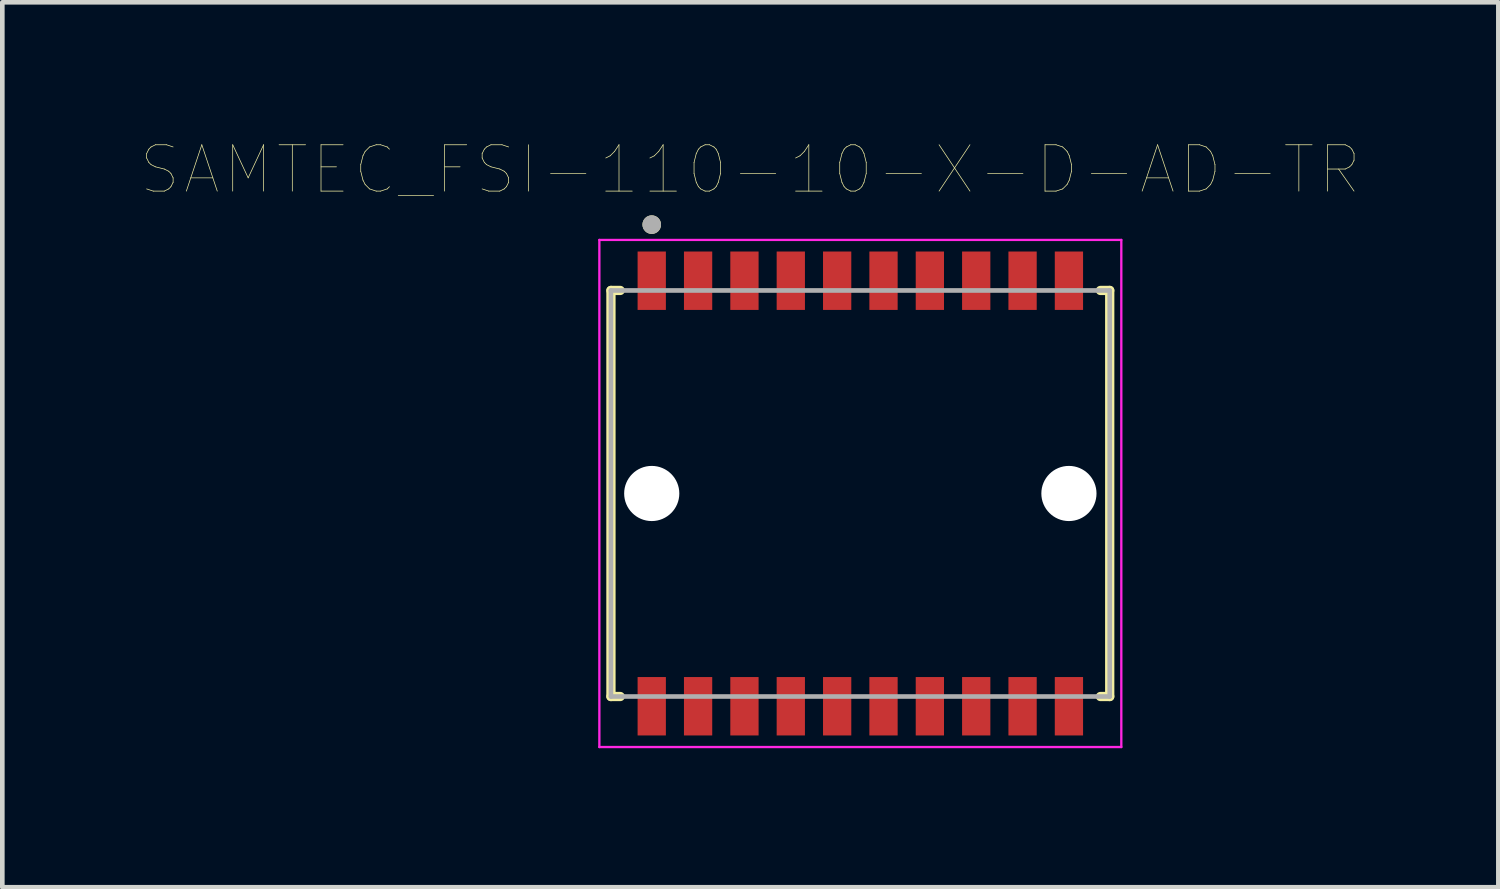
<source format=kicad_pcb>
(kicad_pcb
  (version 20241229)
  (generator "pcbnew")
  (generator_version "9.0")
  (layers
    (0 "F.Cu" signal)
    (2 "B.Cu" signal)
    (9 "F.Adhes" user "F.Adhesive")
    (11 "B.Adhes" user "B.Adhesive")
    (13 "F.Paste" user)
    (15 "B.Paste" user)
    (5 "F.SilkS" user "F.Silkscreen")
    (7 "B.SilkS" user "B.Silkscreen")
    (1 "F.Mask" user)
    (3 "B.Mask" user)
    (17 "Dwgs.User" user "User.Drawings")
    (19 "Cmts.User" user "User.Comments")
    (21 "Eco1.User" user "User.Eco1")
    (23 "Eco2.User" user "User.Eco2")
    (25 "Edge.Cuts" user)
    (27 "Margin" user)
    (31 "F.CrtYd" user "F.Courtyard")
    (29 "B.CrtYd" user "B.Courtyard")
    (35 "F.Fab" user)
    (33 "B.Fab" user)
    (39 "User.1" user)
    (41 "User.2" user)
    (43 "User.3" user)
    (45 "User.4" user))
  (footprint "SAMTEC_FSI-110-10-X-D-AD-TR"
    (layer "F.Cu")
    (at 15.51 7.596)
    (property "Reference" "SAMTEC_FSI-110-10-X-D-AD-TR" (at -2.373 -6.985 0) (layer "F.SilkS") (effects (font (size 1 1) (thickness 0.015))))
    (attr through_hole)
    (fp_line (start -5.38 -4.38) (end -5.38 4.38) (stroke (width 0.2) (type solid)) (layer "F.SilkS"))
    (fp_line (start -5.38 4.38) (end -5.18 4.38) (stroke (width 0.2) (type solid)) (layer "F.SilkS"))
    (fp_line (start -5.18 -4.38) (end -5.38 -4.38) (stroke (width 0.2) (type solid)) (layer "F.SilkS"))
    (fp_line (start 5.18 -4.38) (end 5.38 -4.38) (stroke (width 0.2) (type solid)) (layer "F.SilkS"))
    (fp_line (start 5.38 -4.38) (end 5.38 4.38) (stroke (width 0.2) (type solid)) (layer "F.SilkS"))
    (fp_line (start 5.38 4.38) (end 5.18 4.38) (stroke (width 0.2) (type solid)) (layer "F.SilkS"))
    (fp_circle (center -4.5 -5.8) (end -4.4 -5.8) (stroke (width 0.2) (type solid)) (fill no) (layer "F.SilkS"))
    (fp_line (start -5.63 -5.47) (end 5.63 -5.47) (stroke (width 0.05) (type solid)) (layer "F.CrtYd"))
    (fp_line (start -5.63 5.47) (end -5.63 -5.47) (stroke (width 0.05) (type solid)) (layer "F.CrtYd"))
    (fp_line (start 5.63 -5.47) (end 5.63 5.47) (stroke (width 0.05) (type solid)) (layer "F.CrtYd"))
    (fp_line (start 5.63 5.47) (end -5.63 5.47) (stroke (width 0.05) (type solid)) (layer "F.CrtYd"))
    (fp_line (start -5.38 -4.38) (end 5.38 -4.38) (stroke (width 0.1) (type solid)) (layer "F.Fab"))
    (fp_line (start -5.38 4.38) (end -5.38 -4.38) (stroke (width 0.1) (type solid)) (layer "F.Fab"))
    (fp_line (start 5.38 -4.38) (end 5.38 4.38) (stroke (width 0.1) (type solid)) (layer "F.Fab"))
    (fp_line (start 5.38 4.38) (end -5.38 4.38) (stroke (width 0.1) (type solid)) (layer "F.Fab"))
    (fp_circle (center -4.5 -5.8) (end -4.4 -5.8) (stroke (width 0.2) (type solid)) (fill no) (layer "F.Fab"))
    (pad "" np_thru_hole circle (at -4.5 0) (size 1.19 1.19) (drill 1.19) (layers "*.Cu" "*.Mask"))
    (pad "" np_thru_hole circle (at 4.5 0) (size 1.19 1.19) (drill 1.19) (layers "*.Cu" "*.Mask"))
    (pad "01" smd rect (at -4.5 -4.59) (size 0.61 1.26) (layers "F.Cu" "F.Mask" "F.Paste"))
    (pad "02" smd rect (at -4.5 4.59) (size 0.61 1.26) (layers "F.Cu" "F.Mask" "F.Paste"))
    (pad "03" smd rect (at -3.5 -4.59) (size 0.61 1.26) (layers "F.Cu" "F.Mask" "F.Paste"))
    (pad "04" smd rect (at -3.5 4.59) (size 0.61 1.26) (layers "F.Cu" "F.Mask" "F.Paste"))
    (pad "05" smd rect (at -2.5 -4.59) (size 0.61 1.26) (layers "F.Cu" "F.Mask" "F.Paste"))
    (pad "06" smd rect (at -2.5 4.59) (size 0.61 1.26) (layers "F.Cu" "F.Mask" "F.Paste"))
    (pad "07" smd rect (at -1.5 -4.59) (size 0.61 1.26) (layers "F.Cu" "F.Mask" "F.Paste"))
    (pad "08" smd rect (at -1.5 4.59) (size 0.61 1.26) (layers "F.Cu" "F.Mask" "F.Paste"))
    (pad "09" smd rect (at -0.5 -4.59) (size 0.61 1.26) (layers "F.Cu" "F.Mask" "F.Paste"))
    (pad "10" smd rect (at -0.5 4.59) (size 0.61 1.26) (layers "F.Cu" "F.Mask" "F.Paste"))
    (pad "11" smd rect (at 0.5 -4.59) (size 0.61 1.26) (layers "F.Cu" "F.Mask" "F.Paste"))
    (pad "12" smd rect (at 0.5 4.59) (size 0.61 1.26) (layers "F.Cu" "F.Mask" "F.Paste"))
    (pad "13" smd rect (at 1.5 -4.59) (size 0.61 1.26) (layers "F.Cu" "F.Mask" "F.Paste"))
    (pad "14" smd rect (at 1.5 4.59) (size 0.61 1.26) (layers "F.Cu" "F.Mask" "F.Paste"))
    (pad "15" smd rect (at 2.5 -4.59) (size 0.61 1.26) (layers "F.Cu" "F.Mask" "F.Paste"))
    (pad "16" smd rect (at 2.5 4.59) (size 0.61 1.26) (layers "F.Cu" "F.Mask" "F.Paste"))
    (pad "17" smd rect (at 3.5 -4.59) (size 0.61 1.26) (layers "F.Cu" "F.Mask" "F.Paste"))
    (pad "18" smd rect (at 3.5 4.59) (size 0.61 1.26) (layers "F.Cu" "F.Mask" "F.Paste"))
    (pad "19" smd rect (at 4.5 -4.59) (size 0.61 1.26) (layers "F.Cu" "F.Mask" "F.Paste"))
    (pad "20" smd rect (at 4.5 4.59) (size 0.61 1.26) (layers "F.Cu" "F.Mask" "F.Paste")))
  (gr_rect
    (start -3 -3)
    (end 29.274 16.091)
    (stroke (width 0.1) (type default))
    (fill no)
    (layer "Edge.Cuts")))
</source>
